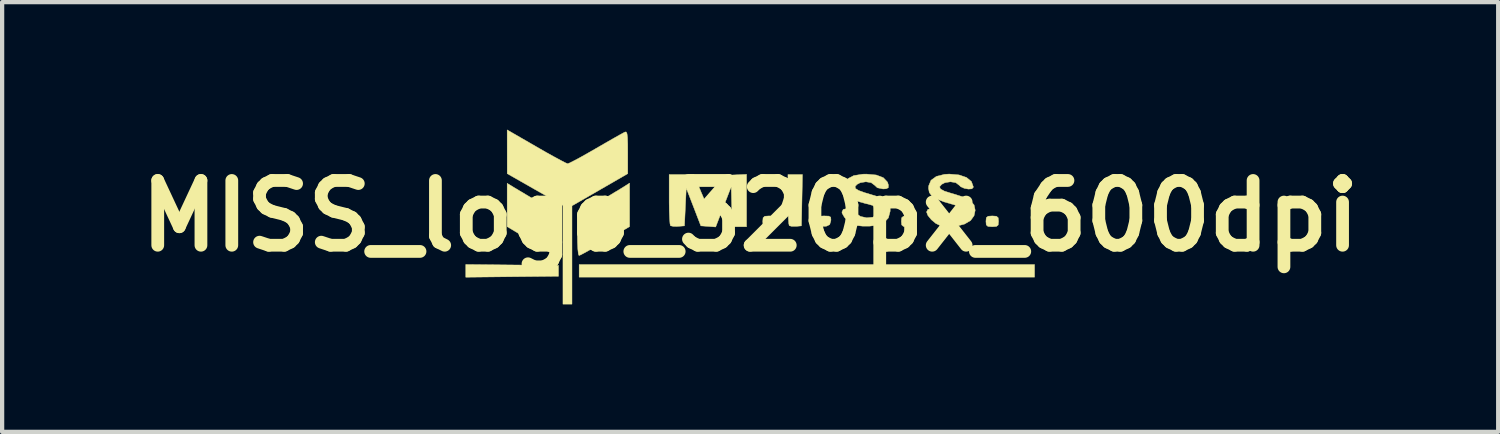
<source format=kicad_pcb>
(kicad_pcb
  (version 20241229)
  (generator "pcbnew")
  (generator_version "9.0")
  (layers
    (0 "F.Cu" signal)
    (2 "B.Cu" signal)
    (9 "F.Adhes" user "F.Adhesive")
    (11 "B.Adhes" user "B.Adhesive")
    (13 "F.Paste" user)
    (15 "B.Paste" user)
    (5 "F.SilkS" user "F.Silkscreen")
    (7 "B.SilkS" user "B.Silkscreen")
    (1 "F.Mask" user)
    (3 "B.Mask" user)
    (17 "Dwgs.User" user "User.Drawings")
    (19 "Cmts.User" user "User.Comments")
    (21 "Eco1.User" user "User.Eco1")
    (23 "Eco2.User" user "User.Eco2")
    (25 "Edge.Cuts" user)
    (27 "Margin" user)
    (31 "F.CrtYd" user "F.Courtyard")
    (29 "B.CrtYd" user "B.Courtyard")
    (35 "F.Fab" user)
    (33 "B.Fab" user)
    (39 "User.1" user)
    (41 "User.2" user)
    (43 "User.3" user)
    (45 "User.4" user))
  (footprint "MISS_logo_320px_600dpi"
    (layer "F.Cu")
    (at 14.594 2.029)
    (property "Reference" "MISS_logo_320px_600dpi" (at 0 0 0) (layer "F.SilkS") (effects (font (size 1.524 1.524) (thickness 0.3))))
    (attr through_hole)
    (fp_poly (pts (xy 6.689 1.439) (xy -4.022 1.439) (xy -4.022 1.143) (xy 6.689 1.143) (xy 6.689 1.439)) (stroke (width 0.01) (type solid)) (fill yes) (layer "F.SilkS"))
    (fp_poly (pts (xy -5.599 1.153) (xy -4.508 1.164) (xy -4.508 1.418) (xy -5.599 1.429) (xy -6.689 1.441) (xy -6.689 1.142) (xy -5.599 1.153)) (stroke (width 0.01) (type solid)) (fill yes) (layer "F.SilkS"))
    (fp_poly (pts (xy 1.218 -0.37) (xy 1.206 0.233) (xy 1.078 0.245) (xy 0.978 0.245) (xy 0.919 0.228) (xy 0.908 0.177) (xy 0.899 0.057) (xy 0.892 -0.115) (xy 0.889 -0.322) (xy 0.889 -0.388) (xy 0.889 -0.974) (xy 1.23 -0.974) (xy 1.218 -0.37)) (stroke (width 0.01) (type solid)) (fill yes) (layer "F.SilkS"))
    (fp_poly (pts (xy 3.804 0.007) (xy 3.845 0.043) (xy 3.852 0.127) (xy 3.844 0.212) (xy 3.802 0.247) (xy 3.704 0.254) (xy 3.605 0.247) (xy 3.564 0.211) (xy 3.556 0.127) (xy 3.564 0.042) (xy 3.606 0.007) (xy 3.704 0) (xy 3.804 0.007)) (stroke (width 0.01) (type solid)) (fill yes) (layer "F.SilkS"))
    (fp_poly (pts (xy 5.793 0.007) (xy 5.834 0.043) (xy 5.842 0.127) (xy 5.834 0.212) (xy 5.792 0.247) (xy 5.694 0.254) (xy 5.594 0.247) (xy 5.553 0.211) (xy 5.546 0.127) (xy 5.554 0.042) (xy 5.596 0.007) (xy 5.694 0) (xy 5.793 0.007)) (stroke (width 0.01) (type solid)) (fill yes) (layer "F.SilkS"))
    (fp_poly (pts (xy 0.547 0.006) (xy 0.585 0.037) (xy 0.585 0.113) (xy 0.585 0.116) (xy 0.56 0.2) (xy 0.495 0.237) (xy 0.434 0.246) (xy 0.34 0.248) (xy 0.303 0.213) (xy 0.296 0.13) (xy 0.304 0.043) (xy 0.344 0.007) (xy 0.443 0.000004) (xy 0.447 0) (xy 0.547 0.006)) (stroke (width 0.01) (type solid)) (fill yes) (layer "F.SilkS"))
    (fp_poly (pts (xy 1.848 0.004) (xy 1.894 0.028) (xy 1.9 0.088) (xy 1.897 0.116) (xy 1.871 0.203) (xy 1.8 0.239) (xy 1.755 0.245) (xy 1.655 0.245) (xy 1.597 0.228) (xy 1.573 0.165) (xy 1.566 0.099) (xy 1.577 0.035) (xy 1.623 0.007) (xy 1.729 0.000016) (xy 1.738 0) (xy 1.848 0.004)) (stroke (width 0.01) (type solid)) (fill yes) (layer "F.SilkS"))
    (fp_poly (pts (xy -5.535 -0.658) (xy -5.423 -0.591) (xy -5.262 -0.495) (xy -5.076 -0.385) (xy -4.943 -0.306) (xy -4.531 -0.064) (xy -4.53 0.434) (xy -4.533 0.627) (xy -4.539 0.785) (xy -4.549 0.891) (xy -4.561 0.928) (xy -4.607 0.906) (xy -4.712 0.848) (xy -4.862 0.761) (xy -5.045 0.653) (xy -5.154 0.588) (xy -5.715 0.251) (xy -5.715 -0.767) (xy -5.535 -0.658)) (stroke (width 0.01) (type solid)) (fill yes) (layer "F.SilkS"))
    (fp_poly (pts (xy -2.836 0.25) (xy -3.412 0.591) (xy -3.611 0.707) (xy -3.785 0.806) (xy -3.921 0.881) (xy -4.006 0.924) (xy -4.026 0.931) (xy -4.041 0.892) (xy -4.053 0.784) (xy -4.061 0.626) (xy -4.064 0.45) (xy -4.064 -0.031) (xy -3.545 -0.34) (xy -3.35 -0.457) (xy -3.175 -0.562) (xy -3.034 -0.647) (xy -2.945 -0.702) (xy -2.932 -0.711) (xy -2.836 -0.772) (xy -2.836 0.25)) (stroke (width 0.01) (type solid)) (fill yes) (layer "F.SilkS"))
    (fp_poly (pts (xy -5.027 -1.627) (xy -4.808 -1.501) (xy -4.612 -1.392) (xy -4.453 -1.306) (xy -4.342 -1.249) (xy -4.291 -1.228) (xy -4.291 -1.228) (xy -4.24 -1.249) (xy -4.13 -1.305) (xy -3.972 -1.39) (xy -3.781 -1.498) (xy -3.621 -1.59) (xy -3.412 -1.711) (xy -3.225 -1.818) (xy -3.075 -1.903) (xy -2.974 -1.958) (xy -2.939 -1.976) (xy -2.913 -1.973) (xy -2.896 -1.933) (xy -2.885 -1.844) (xy -2.88 -1.693) (xy -2.879 -1.497) (xy -2.879 -0.995) (xy -3.535 -0.616) (xy -4.191 -0.238) (xy -4.191 2.074) (xy -4.403 2.074) (xy -4.403 -0.248) (xy -5.058 -0.621) (xy -5.714 -0.995) (xy -5.715 -2.024) (xy -5.027 -1.627)) (stroke (width 0.01) (type solid)) (fill yes) (layer "F.SilkS"))
    (fp_poly (pts (xy -0.085 0.254) (xy -0.421 0.254) (xy -0.433 -0.218) (xy -0.445 -0.69) (xy -0.628 -0.216) (xy -0.811 0.259) (xy -1.16 0.233) (xy -1.331 -0.212) (xy -1.503 -0.656) (xy -1.545 0.233) (xy -1.695 0.245) (xy -1.803 0.246) (xy -1.871 0.231) (xy -1.875 0.228) (xy -1.886 0.177) (xy -1.895 0.057) (xy -1.902 -0.115) (xy -1.905 -0.322) (xy -1.905 -0.388) (xy -1.905 -0.974) (xy -1.614 -0.974) (xy -1.323 -0.974) (xy -1.159 -0.573) (xy -1.089 -0.41) (xy -1.028 -0.285) (xy -0.985 -0.213) (xy -0.968 -0.203) (xy -0.94 -0.253) (xy -0.89 -0.363) (xy -0.826 -0.512) (xy -0.792 -0.593) (xy -0.645 -0.953) (xy -0.365 -0.965) (xy -0.085 -0.978) (xy -0.085 0.254)) (stroke (width 0.01) (type solid)) (fill yes) (layer "F.SilkS"))
    (fp_poly (pts (xy 2.966 -0.963) (xy 3.133 -0.899) (xy 3.23 -0.796) (xy 3.252 -0.726) (xy 3.249 -0.664) (xy 3.198 -0.639) (xy 3.125 -0.635) (xy 2.991 -0.663) (xy 2.931 -0.72) (xy 2.847 -0.783) (xy 2.722 -0.804) (xy 2.589 -0.782) (xy 2.516 -0.744) (xy 2.468 -0.693) (xy 2.477 -0.646) (xy 2.55 -0.599) (xy 2.695 -0.547) (xy 2.839 -0.504) (xy 3.047 -0.44) (xy 3.183 -0.377) (xy 3.261 -0.305) (xy 3.293 -0.212) (xy 3.293 -0.112) (xy 3.251 0.046) (xy 3.148 0.155) (xy 2.978 0.219) (xy 2.805 0.24) (xy 2.65 0.24) (xy 2.515 0.225) (xy 2.455 0.209) (xy 2.324 0.132) (xy 2.219 0.034) (xy 2.163 -0.064) (xy 2.159 -0.092) (xy 2.19 -0.154) (xy 2.268 -0.17) (xy 2.368 -0.144) (xy 2.467 -0.077) (xy 2.48 -0.064) (xy 2.596 0.012) (xy 2.742 0.044) (xy 2.885 0.03) (xy 2.981 -0.024) (xy 3.039 -0.106) (xy 3.027 -0.173) (xy 2.94 -0.229) (xy 2.774 -0.279) (xy 2.718 -0.291) (xy 2.473 -0.361) (xy 2.308 -0.45) (xy 2.22 -0.562) (xy 2.207 -0.699) (xy 2.222 -0.76) (xy 2.297 -0.876) (xy 2.437 -0.949) (xy 2.647 -0.982) (xy 2.735 -0.984) (xy 2.966 -0.963)) (stroke (width 0.01) (type solid)) (fill yes) (layer "F.SilkS"))
    (fp_poly (pts (xy 4.911 -0.965) (xy 5.088 -0.905) (xy 5.204 -0.81) (xy 5.249 -0.685) (xy 5.249 -0.674) (xy 5.215 -0.638) (xy 5.134 -0.632) (xy 5.036 -0.65) (xy 4.952 -0.688) (xy 4.92 -0.72) (xy 4.836 -0.783) (xy 4.711 -0.804) (xy 4.579 -0.782) (xy 4.506 -0.744) (xy 4.456 -0.687) (xy 4.475 -0.635) (xy 4.567 -0.584) (xy 4.738 -0.53) (xy 4.766 -0.523) (xy 5.01 -0.446) (xy 5.175 -0.36) (xy 5.267 -0.258) (xy 5.293 -0.134) (xy 5.266 -0.005) (xy 5.185 0.107) (xy 5.042 0.191) (xy 4.856 0.24) (xy 4.646 0.25) (xy 4.466 0.224) (xy 4.365 0.175) (xy 4.261 0.088) (xy 4.181 -0.01) (xy 4.149 -0.093) (xy 4.18 -0.154) (xy 4.258 -0.17) (xy 4.358 -0.144) (xy 4.456 -0.078) (xy 4.47 -0.064) (xy 4.578 0.013) (xy 4.708 0.047) (xy 4.835 0.042) (xy 4.937 -0.00019) (xy 4.992 -0.078) (xy 4.995 -0.109) (xy 4.98 -0.177) (xy 4.919 -0.223) (xy 4.815 -0.257) (xy 4.565 -0.33) (xy 4.387 -0.399) (xy 4.273 -0.47) (xy 4.213 -0.552) (xy 4.195 -0.652) (xy 4.199 -0.707) (xy 4.254 -0.839) (xy 4.38 -0.93) (xy 4.57 -0.978) (xy 4.683 -0.985) (xy 4.911 -0.965)) (stroke (width 0.01) (type solid)) (fill yes) (layer "F.SilkS")))
  (gr_rect
    (start -3 -3)
    (end 32.188 7.108)
    (stroke (width 0.1) (type default))
    (fill no)
    (layer "Edge.Cuts")))
</source>
